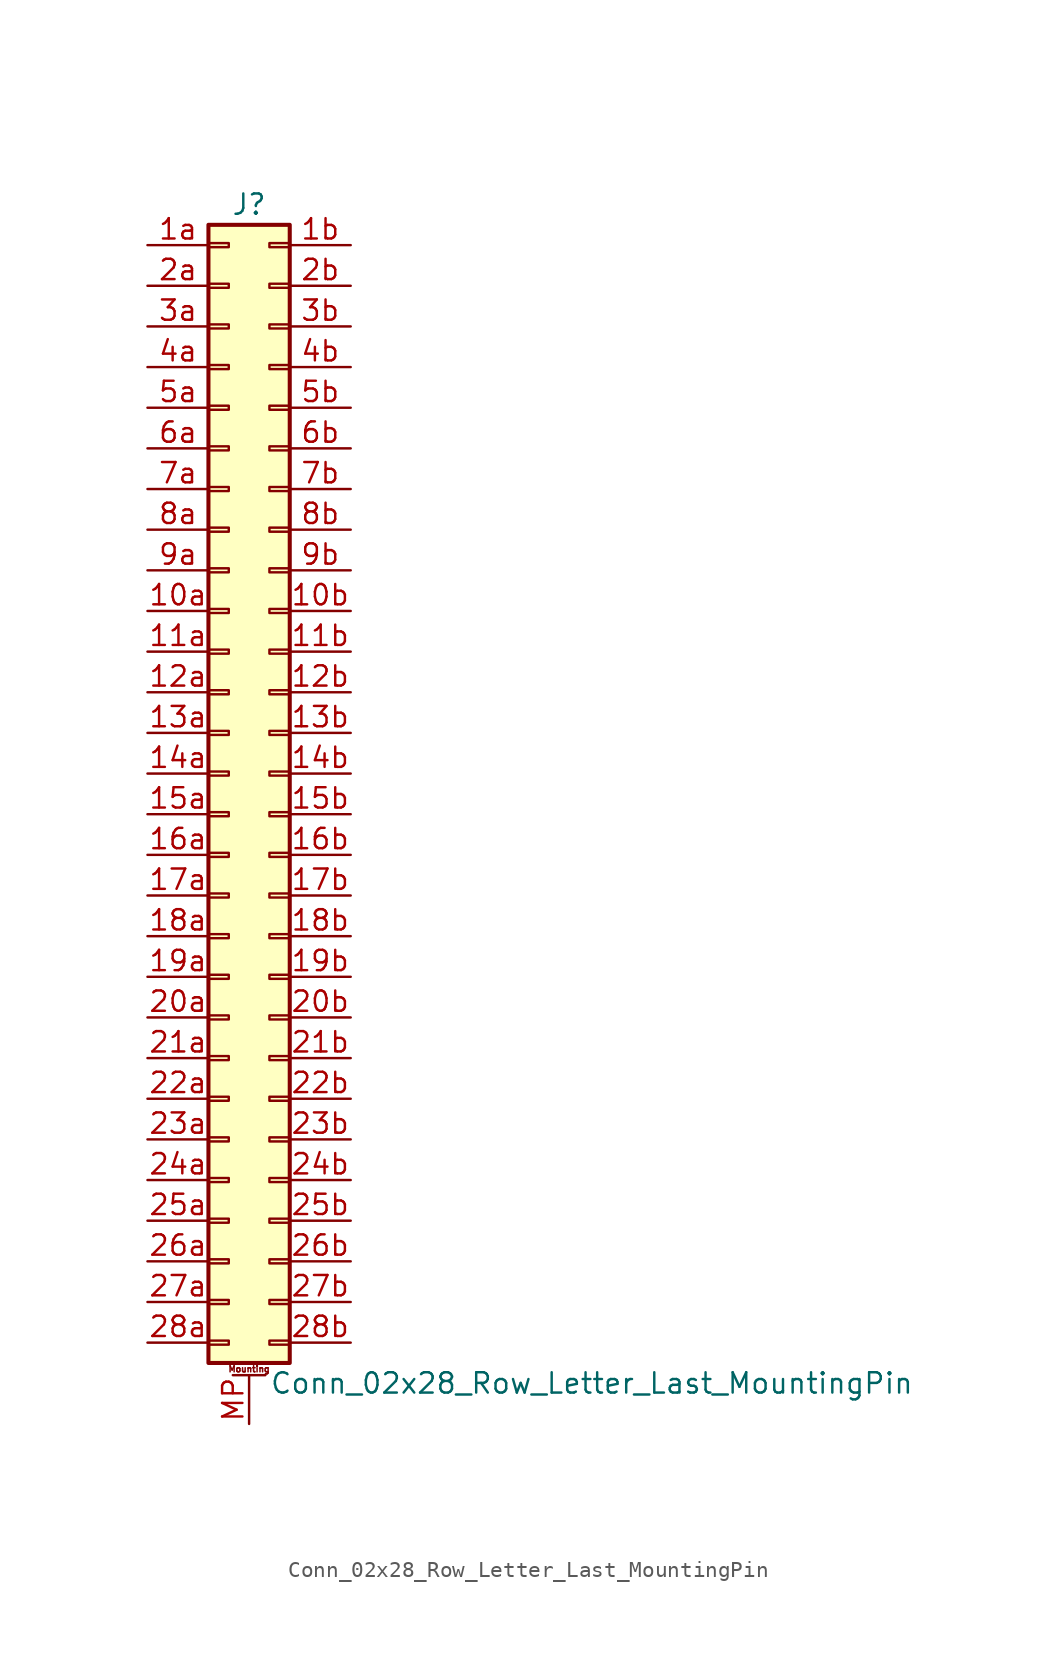
<source format=kicad_sym>
(kicad_symbol_lib
  (version 20211014)
  (generator kicad_symbol_editor)
  (symbol "Conn_02x28_Row_Letter_Last_MountingPin"
    (pin_names
      (offset 1.016) hide)
    (property "Reference" "J"
      (at 1.27 35.56 0)
      (effects (font (size 1.27 1.27))))
    (property "Value" "Conn_02x28_Row_Letter_Last_MountingPin"
      (at 2.54 -38.1 0)
      (effects (font (size 1.27 1.27)) (justify left)))
    (symbol "Conn_02x28_Row_Letter_Last_MountingPin_1_1"
      (rectangle (start -1.27 -35.433) (end 0 -35.687) (stroke (width 0.152) (type default) (color 0 0 0 0)) (fill (type none)))
      (rectangle (start -1.27 -32.893) (end 0 -33.147) (stroke (width 0.152) (type default) (color 0 0 0 0)) (fill (type none)))
      (rectangle (start -1.27 -30.353) (end 0 -30.607) (stroke (width 0.152) (type default) (color 0 0 0 0)) (fill (type none)))
      (rectangle (start -1.27 -27.813) (end 0 -28.067) (stroke (width 0.152) (type default) (color 0 0 0 0)) (fill (type none)))
      (rectangle (start -1.27 -25.273) (end 0 -25.527) (stroke (width 0.152) (type default) (color 0 0 0 0)) (fill (type none)))
      (rectangle (start -1.27 -22.733) (end 0 -22.987) (stroke (width 0.152) (type default) (color 0 0 0 0)) (fill (type none)))
      (rectangle (start -1.27 -20.193) (end 0 -20.447) (stroke (width 0.152) (type default) (color 0 0 0 0)) (fill (type none)))
      (rectangle (start -1.27 -17.653) (end 0 -17.907) (stroke (width 0.152) (type default) (color 0 0 0 0)) (fill (type none)))
      (rectangle (start -1.27 -15.113) (end 0 -15.367) (stroke (width 0.152) (type default) (color 0 0 0 0)) (fill (type none)))
      (rectangle (start -1.27 -12.573) (end 0 -12.827) (stroke (width 0.152) (type default) (color 0 0 0 0)) (fill (type none)))
      (rectangle (start -1.27 -10.033) (end 0 -10.287) (stroke (width 0.152) (type default) (color 0 0 0 0)) (fill (type none)))
      (rectangle (start -1.27 -7.493) (end 0 -7.747) (stroke (width 0.152) (type default) (color 0 0 0 0)) (fill (type none)))
      (rectangle (start -1.27 -4.953) (end 0 -5.207) (stroke (width 0.152) (type default) (color 0 0 0 0)) (fill (type none)))
      (rectangle (start -1.27 -2.413) (end 0 -2.667) (stroke (width 0.152) (type default) (color 0 0 0 0)) (fill (type none)))
      (rectangle (start -1.27 0.127) (end 0 -0.127) (stroke (width 0.152) (type default) (color 0 0 0 0)) (fill (type none)))
      (rectangle (start -1.27 2.667) (end 0 2.413) (stroke (width 0.152) (type default) (color 0 0 0 0)) (fill (type none)))
      (rectangle (start -1.27 5.207) (end 0 4.953) (stroke (width 0.152) (type default) (color 0 0 0 0)) (fill (type none)))
      (rectangle (start -1.27 7.747) (end 0 7.493) (stroke (width 0.152) (type default) (color 0 0 0 0)) (fill (type none)))
      (rectangle (start -1.27 10.287) (end 0 10.033) (stroke (width 0.152) (type default) (color 0 0 0 0)) (fill (type none)))
      (rectangle (start -1.27 12.827) (end 0 12.573) (stroke (width 0.152) (type default) (color 0 0 0 0)) (fill (type none)))
      (rectangle (start -1.27 15.367) (end 0 15.113) (stroke (width 0.152) (type default) (color 0 0 0 0)) (fill (type none)))
      (rectangle (start -1.27 17.907) (end 0 17.653) (stroke (width 0.152) (type default) (color 0 0 0 0)) (fill (type none)))
      (rectangle (start -1.27 20.447) (end 0 20.193) (stroke (width 0.152) (type default) (color 0 0 0 0)) (fill (type none)))
      (rectangle (start -1.27 22.987) (end 0 22.733) (stroke (width 0.152) (type default) (color 0 0 0 0)) (fill (type none)))
      (rectangle (start -1.27 25.527) (end 0 25.273) (stroke (width 0.152) (type default) (color 0 0 0 0)) (fill (type none)))
      (rectangle (start -1.27 28.067) (end 0 27.813) (stroke (width 0.152) (type default) (color 0 0 0 0)) (fill (type none)))
      (rectangle (start -1.27 30.607) (end 0 30.353) (stroke (width 0.152) (type default) (color 0 0 0 0)) (fill (type none)))
      (rectangle (start -1.27 33.147) (end 0 32.893) (stroke (width 0.152) (type default) (color 0 0 0 0)) (fill (type none)))
      (rectangle (start -1.27 34.29) (end 3.81 -36.83) (stroke (width 0.254) (type default) (color 0 0 0 0)) (fill (type background)))
      (polyline (pts (xy 0.254 -37.592) (xy 2.286 -37.592)) (stroke (width 0.152) (type default) (color 0 0 0 0)) (fill (type none)))
      (rectangle (start 3.81 -35.433) (end 2.54 -35.687) (stroke (width 0.152) (type default) (color 0 0 0 0)) (fill (type none)))
      (rectangle (start 3.81 -32.893) (end 2.54 -33.147) (stroke (width 0.152) (type default) (color 0 0 0 0)) (fill (type none)))
      (rectangle (start 3.81 -30.353) (end 2.54 -30.607) (stroke (width 0.152) (type default) (color 0 0 0 0)) (fill (type none)))
      (rectangle (start 3.81 -27.813) (end 2.54 -28.067) (stroke (width 0.152) (type default) (color 0 0 0 0)) (fill (type none)))
      (rectangle (start 3.81 -25.273) (end 2.54 -25.527) (stroke (width 0.152) (type default) (color 0 0 0 0)) (fill (type none)))
      (rectangle (start 3.81 -22.733) (end 2.54 -22.987) (stroke (width 0.152) (type default) (color 0 0 0 0)) (fill (type none)))
      (rectangle (start 3.81 -20.193) (end 2.54 -20.447) (stroke (width 0.152) (type default) (color 0 0 0 0)) (fill (type none)))
      (rectangle (start 3.81 -17.653) (end 2.54 -17.907) (stroke (width 0.152) (type default) (color 0 0 0 0)) (fill (type none)))
      (rectangle (start 3.81 -15.113) (end 2.54 -15.367) (stroke (width 0.152) (type default) (color 0 0 0 0)) (fill (type none)))
      (rectangle (start 3.81 -12.573) (end 2.54 -12.827) (stroke (width 0.152) (type default) (color 0 0 0 0)) (fill (type none)))
      (rectangle (start 3.81 -10.033) (end 2.54 -10.287) (stroke (width 0.152) (type default) (color 0 0 0 0)) (fill (type none)))
      (rectangle (start 3.81 -7.493) (end 2.54 -7.747) (stroke (width 0.152) (type default) (color 0 0 0 0)) (fill (type none)))
      (rectangle (start 3.81 -4.953) (end 2.54 -5.207) (stroke (width 0.152) (type default) (color 0 0 0 0)) (fill (type none)))
      (rectangle (start 3.81 -2.413) (end 2.54 -2.667) (stroke (width 0.152) (type default) (color 0 0 0 0)) (fill (type none)))
      (rectangle (start 3.81 0.127) (end 2.54 -0.127) (stroke (width 0.152) (type default) (color 0 0 0 0)) (fill (type none)))
      (rectangle (start 3.81 2.667) (end 2.54 2.413) (stroke (width 0.152) (type default) (color 0 0 0 0)) (fill (type none)))
      (rectangle (start 3.81 5.207) (end 2.54 4.953) (stroke (width 0.152) (type default) (color 0 0 0 0)) (fill (type none)))
      (rectangle (start 3.81 7.747) (end 2.54 7.493) (stroke (width 0.152) (type default) (color 0 0 0 0)) (fill (type none)))
      (rectangle (start 3.81 10.287) (end 2.54 10.033) (stroke (width 0.152) (type default) (color 0 0 0 0)) (fill (type none)))
      (rectangle (start 3.81 12.827) (end 2.54 12.573) (stroke (width 0.152) (type default) (color 0 0 0 0)) (fill (type none)))
      (rectangle (start 3.81 15.367) (end 2.54 15.113) (stroke (width 0.152) (type default) (color 0 0 0 0)) (fill (type none)))
      (rectangle (start 3.81 17.907) (end 2.54 17.653) (stroke (width 0.152) (type default) (color 0 0 0 0)) (fill (type none)))
      (rectangle (start 3.81 20.447) (end 2.54 20.193) (stroke (width 0.152) (type default) (color 0 0 0 0)) (fill (type none)))
      (rectangle (start 3.81 22.987) (end 2.54 22.733) (stroke (width 0.152) (type default) (color 0 0 0 0)) (fill (type none)))
      (rectangle (start 3.81 25.527) (end 2.54 25.273) (stroke (width 0.152) (type default) (color 0 0 0 0)) (fill (type none)))
      (rectangle (start 3.81 28.067) (end 2.54 27.813) (stroke (width 0.152) (type default) (color 0 0 0 0)) (fill (type none)))
      (rectangle (start 3.81 30.607) (end 2.54 30.353) (stroke (width 0.152) (type default) (color 0 0 0 0)) (fill (type none)))
      (rectangle (start 3.81 33.147) (end 2.54 32.893) (stroke (width 0.152) (type default) (color 0 0 0 0)) (fill (type none)))
      (text "Mounting" (at 1.27 -37.211 0) (effects (font (size 0.381 0.381))))
      (pin passive line (at -5.08 10.16 0) (length 3.81) (name "Pin_10a" (effects (font (size 1.27 1.27)))) (number "10a" (effects (font (size 1.27 1.27)))))
      (pin passive line (at 7.62 10.16 180) (length 3.81) (name "Pin_10b" (effects (font (size 1.27 1.27)))) (number "10b" (effects (font (size 1.27 1.27)))))
      (pin passive line (at -5.08 7.62 0) (length 3.81) (name "Pin_11a" (effects (font (size 1.27 1.27)))) (number "11a" (effects (font (size 1.27 1.27)))))
      (pin passive line (at 7.62 7.62 180) (length 3.81) (name "Pin_11b" (effects (font (size 1.27 1.27)))) (number "11b" (effects (font (size 1.27 1.27)))))
      (pin passive line (at -5.08 5.08 0) (length 3.81) (name "Pin_12a" (effects (font (size 1.27 1.27)))) (number "12a" (effects (font (size 1.27 1.27)))))
      (pin passive line (at 7.62 5.08 180) (length 3.81) (name "Pin_12b" (effects (font (size 1.27 1.27)))) (number "12b" (effects (font (size 1.27 1.27)))))
      (pin passive line (at -5.08 2.54 0) (length 3.81) (name "Pin_13a" (effects (font (size 1.27 1.27)))) (number "13a" (effects (font (size 1.27 1.27)))))
      (pin passive line (at 7.62 2.54 180) (length 3.81) (name "Pin_13b" (effects (font (size 1.27 1.27)))) (number "13b" (effects (font (size 1.27 1.27)))))
      (pin passive line (at -5.08 0 0) (length 3.81) (name "Pin_14a" (effects (font (size 1.27 1.27)))) (number "14a" (effects (font (size 1.27 1.27)))))
      (pin passive line (at 7.62 0 180) (length 3.81) (name "Pin_14b" (effects (font (size 1.27 1.27)))) (number "14b" (effects (font (size 1.27 1.27)))))
      (pin passive line (at -5.08 -2.54 0) (length 3.81) (name "Pin_15a" (effects (font (size 1.27 1.27)))) (number "15a" (effects (font (size 1.27 1.27)))))
      (pin passive line (at 7.62 -2.54 180) (length 3.81) (name "Pin_15b" (effects (font (size 1.27 1.27)))) (number "15b" (effects (font (size 1.27 1.27)))))
      (pin passive line (at -5.08 -5.08 0) (length 3.81) (name "Pin_16a" (effects (font (size 1.27 1.27)))) (number "16a" (effects (font (size 1.27 1.27)))))
      (pin passive line (at 7.62 -5.08 180) (length 3.81) (name "Pin_16b" (effects (font (size 1.27 1.27)))) (number "16b" (effects (font (size 1.27 1.27)))))
      (pin passive line (at -5.08 -7.62 0) (length 3.81) (name "Pin_17a" (effects (font (size 1.27 1.27)))) (number "17a" (effects (font (size 1.27 1.27)))))
      (pin passive line (at 7.62 -7.62 180) (length 3.81) (name "Pin_17b" (effects (font (size 1.27 1.27)))) (number "17b" (effects (font (size 1.27 1.27)))))
      (pin passive line (at -5.08 -10.16 0) (length 3.81) (name "Pin_18a" (effects (font (size 1.27 1.27)))) (number "18a" (effects (font (size 1.27 1.27)))))
      (pin passive line (at 7.62 -10.16 180) (length 3.81) (name "Pin_18b" (effects (font (size 1.27 1.27)))) (number "18b" (effects (font (size 1.27 1.27)))))
      (pin passive line (at -5.08 -12.7 0) (length 3.81) (name "Pin_19a" (effects (font (size 1.27 1.27)))) (number "19a" (effects (font (size 1.27 1.27)))))
      (pin passive line (at 7.62 -12.7 180) (length 3.81) (name "Pin_19b" (effects (font (size 1.27 1.27)))) (number "19b" (effects (font (size 1.27 1.27)))))
      (pin passive line (at -5.08 33.02 0) (length 3.81) (name "Pin_1a" (effects (font (size 1.27 1.27)))) (number "1a" (effects (font (size 1.27 1.27)))))
      (pin passive line (at 7.62 33.02 180) (length 3.81) (name "Pin_1b" (effects (font (size 1.27 1.27)))) (number "1b" (effects (font (size 1.27 1.27)))))
      (pin passive line (at -5.08 -15.24 0) (length 3.81) (name "Pin_20a" (effects (font (size 1.27 1.27)))) (number "20a" (effects (font (size 1.27 1.27)))))
      (pin passive line (at 7.62 -15.24 180) (length 3.81) (name "Pin_20b" (effects (font (size 1.27 1.27)))) (number "20b" (effects (font (size 1.27 1.27)))))
      (pin passive line (at -5.08 -17.78 0) (length 3.81) (name "Pin_21a" (effects (font (size 1.27 1.27)))) (number "21a" (effects (font (size 1.27 1.27)))))
      (pin passive line (at 7.62 -17.78 180) (length 3.81) (name "Pin_21b" (effects (font (size 1.27 1.27)))) (number "21b" (effects (font (size 1.27 1.27)))))
      (pin passive line (at -5.08 -20.32 0) (length 3.81) (name "Pin_22a" (effects (font (size 1.27 1.27)))) (number "22a" (effects (font (size 1.27 1.27)))))
      (pin passive line (at 7.62 -20.32 180) (length 3.81) (name "Pin_22b" (effects (font (size 1.27 1.27)))) (number "22b" (effects (font (size 1.27 1.27)))))
      (pin passive line (at -5.08 -22.86 0) (length 3.81) (name "Pin_23a" (effects (font (size 1.27 1.27)))) (number "23a" (effects (font (size 1.27 1.27)))))
      (pin passive line (at 7.62 -22.86 180) (length 3.81) (name "Pin_23b" (effects (font (size 1.27 1.27)))) (number "23b" (effects (font (size 1.27 1.27)))))
      (pin passive line (at -5.08 -25.4 0) (length 3.81) (name "Pin_24a" (effects (font (size 1.27 1.27)))) (number "24a" (effects (font (size 1.27 1.27)))))
      (pin passive line (at 7.62 -25.4 180) (length 3.81) (name "Pin_24b" (effects (font (size 1.27 1.27)))) (number "24b" (effects (font (size 1.27 1.27)))))
      (pin passive line (at -5.08 -27.94 0) (length 3.81) (name "Pin_25a" (effects (font (size 1.27 1.27)))) (number "25a" (effects (font (size 1.27 1.27)))))
      (pin passive line (at 7.62 -27.94 180) (length 3.81) (name "Pin_25b" (effects (font (size 1.27 1.27)))) (number "25b" (effects (font (size 1.27 1.27)))))
      (pin passive line (at -5.08 -30.48 0) (length 3.81) (name "Pin_26a" (effects (font (size 1.27 1.27)))) (number "26a" (effects (font (size 1.27 1.27)))))
      (pin passive line (at 7.62 -30.48 180) (length 3.81) (name "Pin_26b" (effects (font (size 1.27 1.27)))) (number "26b" (effects (font (size 1.27 1.27)))))
      (pin passive line (at -5.08 -33.02 0) (length 3.81) (name "Pin_27a" (effects (font (size 1.27 1.27)))) (number "27a" (effects (font (size 1.27 1.27)))))
      (pin passive line (at 7.62 -33.02 180) (length 3.81) (name "Pin_27b" (effects (font (size 1.27 1.27)))) (number "27b" (effects (font (size 1.27 1.27)))))
      (pin passive line (at -5.08 -35.56 0) (length 3.81) (name "Pin_28a" (effects (font (size 1.27 1.27)))) (number "28a" (effects (font (size 1.27 1.27)))))
      (pin passive line (at 7.62 -35.56 180) (length 3.81) (name "Pin_28b" (effects (font (size 1.27 1.27)))) (number "28b" (effects (font (size 1.27 1.27)))))
      (pin passive line (at -5.08 30.48 0) (length 3.81) (name "Pin_2a" (effects (font (size 1.27 1.27)))) (number "2a" (effects (font (size 1.27 1.27)))))
      (pin passive line (at 7.62 30.48 180) (length 3.81) (name "Pin_2b" (effects (font (size 1.27 1.27)))) (number "2b" (effects (font (size 1.27 1.27)))))
      (pin passive line (at -5.08 27.94 0) (length 3.81) (name "Pin_3a" (effects (font (size 1.27 1.27)))) (number "3a" (effects (font (size 1.27 1.27)))))
      (pin passive line (at 7.62 27.94 180) (length 3.81) (name "Pin_3b" (effects (font (size 1.27 1.27)))) (number "3b" (effects (font (size 1.27 1.27)))))
      (pin passive line (at -5.08 25.4 0) (length 3.81) (name "Pin_4a" (effects (font (size 1.27 1.27)))) (number "4a" (effects (font (size 1.27 1.27)))))
      (pin passive line (at 7.62 25.4 180) (length 3.81) (name "Pin_4b" (effects (font (size 1.27 1.27)))) (number "4b" (effects (font (size 1.27 1.27)))))
      (pin passive line (at -5.08 22.86 0) (length 3.81) (name "Pin_5a" (effects (font (size 1.27 1.27)))) (number "5a" (effects (font (size 1.27 1.27)))))
      (pin passive line (at 7.62 22.86 180) (length 3.81) (name "Pin_5b" (effects (font (size 1.27 1.27)))) (number "5b" (effects (font (size 1.27 1.27)))))
      (pin passive line (at -5.08 20.32 0) (length 3.81) (name "Pin_6a" (effects (font (size 1.27 1.27)))) (number "6a" (effects (font (size 1.27 1.27)))))
      (pin passive line (at 7.62 20.32 180) (length 3.81) (name "Pin_6b" (effects (font (size 1.27 1.27)))) (number "6b" (effects (font (size 1.27 1.27)))))
      (pin passive line (at -5.08 17.78 0) (length 3.81) (name "Pin_7a" (effects (font (size 1.27 1.27)))) (number "7a" (effects (font (size 1.27 1.27)))))
      (pin passive line (at 7.62 17.78 180) (length 3.81) (name "Pin_7b" (effects (font (size 1.27 1.27)))) (number "7b" (effects (font (size 1.27 1.27)))))
      (pin passive line (at -5.08 15.24 0) (length 3.81) (name "Pin_8a" (effects (font (size 1.27 1.27)))) (number "8a" (effects (font (size 1.27 1.27)))))
      (pin passive line (at 7.62 15.24 180) (length 3.81) (name "Pin_8b" (effects (font (size 1.27 1.27)))) (number "8b" (effects (font (size 1.27 1.27)))))
      (pin passive line (at -5.08 12.7 0) (length 3.81) (name "Pin_9a" (effects (font (size 1.27 1.27)))) (number "9a" (effects (font (size 1.27 1.27)))))
      (pin passive line (at 7.62 12.7 180) (length 3.81) (name "Pin_9b" (effects (font (size 1.27 1.27)))) (number "9b" (effects (font (size 1.27 1.27)))))
      (pin passive line (at 1.27 -40.64 90) (length 3.048) (name "MountPin" (effects (font (size 1.27 1.27)))) (number "MP" (effects (font (size 1.27 1.27))))))))
</source>
